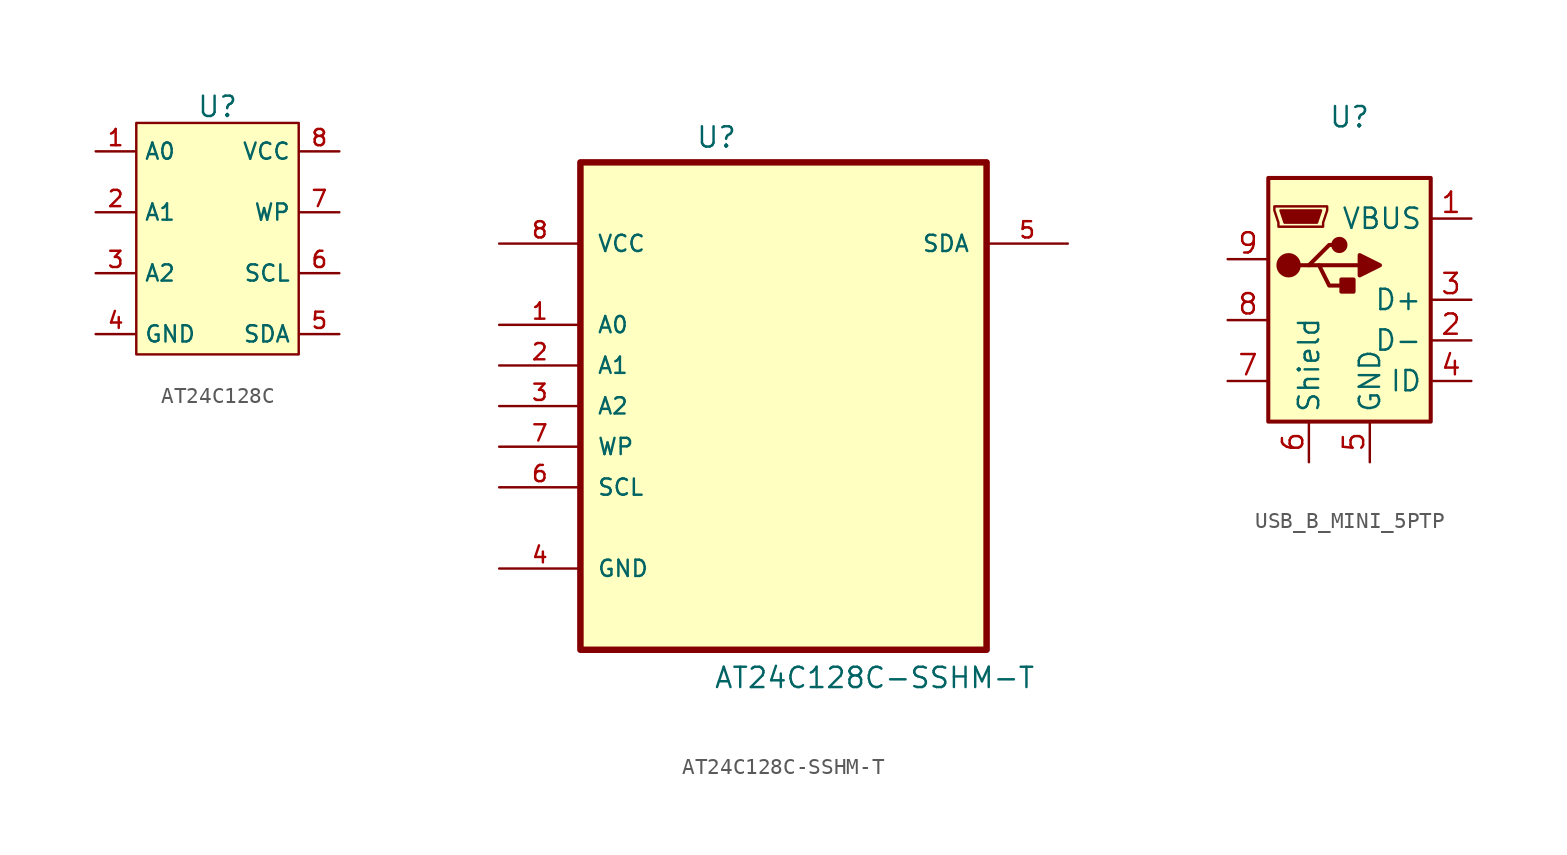
<source format=kicad_sym>
(kicad_symbol_lib
  (version 20220914)
  (generator kicad_symbol_editor)
  (symbol "AT24C128C"
    (property "Reference" "U"
      (at 0 7.874 0)
      (effects (font (size 1.27 1.27))))
    (property "Value" ""
      (at -2.54 4.064 0)
      (effects (font (size 1.27 1.27))))
    (symbol "AT24C128C_1_0"
      (pin input line (at -7.62 5.08 0) (length 2.5) (name "A0" (effects (font (size 1.016 1.016)))) (number "1" (effects (font (size 1.016 1.016)))))
      (pin input line (at -7.62 1.27 0) (length 2.5) (name "A1" (effects (font (size 1.016 1.016)))) (number "2" (effects (font (size 1.016 1.016)))))
      (pin input line (at -7.62 -2.54 0) (length 2.5) (name "A2" (effects (font (size 1.016 1.016)))) (number "3" (effects (font (size 1.016 1.016)))))
      (pin input line (at -7.62 -6.35 0) (length 2.5) (name "GND" (effects (font (size 1.016 1.016)))) (number "4" (effects (font (size 1.016 1.016)))))
      (pin input line (at 7.62 -6.35 180) (length 2.5) (name "SDA" (effects (font (size 1.016 1.016)))) (number "5" (effects (font (size 1.016 1.016)))))
      (pin input line (at 7.62 -2.54 180) (length 2.5) (name "SCL" (effects (font (size 1.016 1.016)))) (number "6" (effects (font (size 1.016 1.016)))))
      (pin input line (at 7.62 1.27 180) (length 2.5) (name "WP" (effects (font (size 1.016 1.016)))) (number "7" (effects (font (size 1.016 1.016)))))
      (pin input line (at 7.62 5.08 180) (length 2.5) (name "VCC" (effects (font (size 1.016 1.016)))) (number "8" (effects (font (size 1.016 1.016))))))
    (symbol "AT24C128C_1_1"
      (rectangle (start -5.08 6.858) (end 5.08 -7.62) (stroke (width 0) (type default)) (fill (type background)))))
  (symbol "AT24C128C-SSHM-T"
    (pin_names
      (offset 1.016))
    (property "Reference" "U"
      (at -5.502 13.525 0)
      (effects (font (size 1.27 1.27)) (justify left bottom)))
    (property "Value" "AT24C128C-SSHM-T"
      (at -4.381 -20.274 0)
      (effects (font (size 1.27 1.27)) (justify left bottom)))
    (symbol "AT24C128C-SSHM-T_0_0"
      (rectangle (start -12.7 -17.78) (end 12.7 12.7) (stroke (width 0.406) (type default)) (fill (type background)))
      (pin input line (at -17.78 2.54 0) (length 5.08) (name "A0" (effects (font (size 1.016 1.016)))) (number "1" (effects (font (size 1.016 1.016)))))
      (pin input line (at -17.78 0 0) (length 5.08) (name "A1" (effects (font (size 1.016 1.016)))) (number "2" (effects (font (size 1.016 1.016)))))
      (pin input line (at -17.78 -2.54 0) (length 5.08) (name "A2" (effects (font (size 1.016 1.016)))) (number "3" (effects (font (size 1.016 1.016)))))
      (pin passive line (at -17.78 -12.7 0) (length 5.08) (name "GND" (effects (font (size 1.016 1.016)))) (number "4" (effects (font (size 1.016 1.016)))))
      (pin bidirectional line (at 17.78 7.62 180) (length 5.08) (name "SDA" (effects (font (size 1.016 1.016)))) (number "5" (effects (font (size 1.016 1.016)))))
      (pin input line (at -17.78 -7.62 0) (length 5.08) (name "SCL" (effects (font (size 1.016 1.016)))) (number "6" (effects (font (size 1.016 1.016)))))
      (pin input line (at -17.78 -5.08 0) (length 5.08) (name "WP" (effects (font (size 1.016 1.016)))) (number "7" (effects (font (size 1.016 1.016)))))
      (pin power_in line (at -17.78 7.62 0) (length 5.08) (name "VCC" (effects (font (size 1.016 1.016)))) (number "8" (effects (font (size 1.016 1.016)))))))
  (symbol "USB_B_MINI_5PTP"
    (property "Reference" "U"
      (at 0 12.7 0)
      (effects (font (size 1.27 1.27))))
    (property "Value" ""
      (at -1.27 10.16 0)
      (effects (font (size 1.27 1.27))))
    (symbol "USB_B_MINI_5PTP_0_1"
      (rectangle (start -5.08 8.89) (end 5.08 -6.35) (stroke (width 0.254) (type default)) (fill (type background)))
      (circle (center -3.81 3.429) (radius 0.635) (stroke (width 0.254) (type default)) (fill (type outline)))
      (circle (center -0.635 4.699) (radius 0.381) (stroke (width 0.254) (type default)) (fill (type outline)))
      (polyline (pts (xy -1.905 3.429) (xy 0.635 3.429)) (stroke (width 0.254) (type default)) (fill (type none)))
      (polyline (pts (xy -3.175 3.429) (xy -2.54 3.429) (xy -1.27 4.699) (xy -0.635 4.699)) (stroke (width 0.254) (type default)) (fill (type none)))
      (polyline (pts (xy -2.54 3.429) (xy -1.905 3.429) (xy -1.27 2.159) (xy 0 2.159)) (stroke (width 0.254) (type default)) (fill (type none)))
      (polyline (pts (xy 0.635 4.064) (xy 0.635 2.794) (xy 1.905 3.429) (xy 0.635 4.064)) (stroke (width 0.254) (type default)) (fill (type outline)))
      (polyline (pts (xy -4.318 6.858) (xy -1.778 6.858) (xy -2.032 6.096) (xy -4.064 6.096) (xy -4.318 6.858)) (stroke (width 0) (type default)) (fill (type outline)))
      (polyline (pts (xy -4.699 7.112) (xy -4.699 6.858) (xy -4.445 6.096) (xy -4.445 5.842) (xy -1.651 5.842) (xy -1.651 6.096) (xy -1.397 6.858) (xy -1.397 7.112) (xy -4.699 7.112)) (stroke (width 0) (type default)) (fill (type none)))
      (rectangle (start 0.254 2.54) (end -0.508 1.778) (stroke (width 0.254) (type default)) (fill (type outline))))
    (symbol "USB_B_MINI_5PTP_1_1"
      (pin power_out line (at 7.62 6.35 180) (length 2.54) (name "VBUS" (effects (font (size 1.27 1.27)))) (number "1" (effects (font (size 1.27 1.27)))))
      (pin bidirectional line (at 7.62 -1.27 180) (length 2.54) (name "D-" (effects (font (size 1.27 1.27)))) (number "2" (effects (font (size 1.27 1.27)))))
      (pin bidirectional line (at 7.62 1.27 180) (length 2.54) (name "D+" (effects (font (size 1.27 1.27)))) (number "3" (effects (font (size 1.27 1.27)))))
      (pin passive line (at 7.62 -3.81 180) (length 2.54) (name "ID" (effects (font (size 1.27 1.27)))) (number "4" (effects (font (size 1.27 1.27)))))
      (pin power_out line (at 1.27 -8.89 90) (length 2.54) (name "GND" (effects (font (size 1.27 1.27)))) (number "5" (effects (font (size 1.27 1.27)))))
      (pin passive line (at -2.54 -8.89 90) (length 2.54) (name "Shield" (effects (font (size 1.27 1.27)))) (number "6" (effects (font (size 1.27 1.27)))))
      (pin input line (at -7.62 -3.81 0) (length 2.54) (name "" (effects (font (size 1.27 1.27)))) (number "7" (effects (font (size 1.27 1.27)))))
      (pin input line (at -7.62 0 0) (length 2.54) (name "" (effects (font (size 1.27 1.27)))) (number "8" (effects (font (size 1.27 1.27)))))
      (pin input line (at -7.62 3.81 0) (length 2.54) (name "" (effects (font (size 1.27 1.27)))) (number "9" (effects (font (size 1.27 1.27))))))))
</source>
